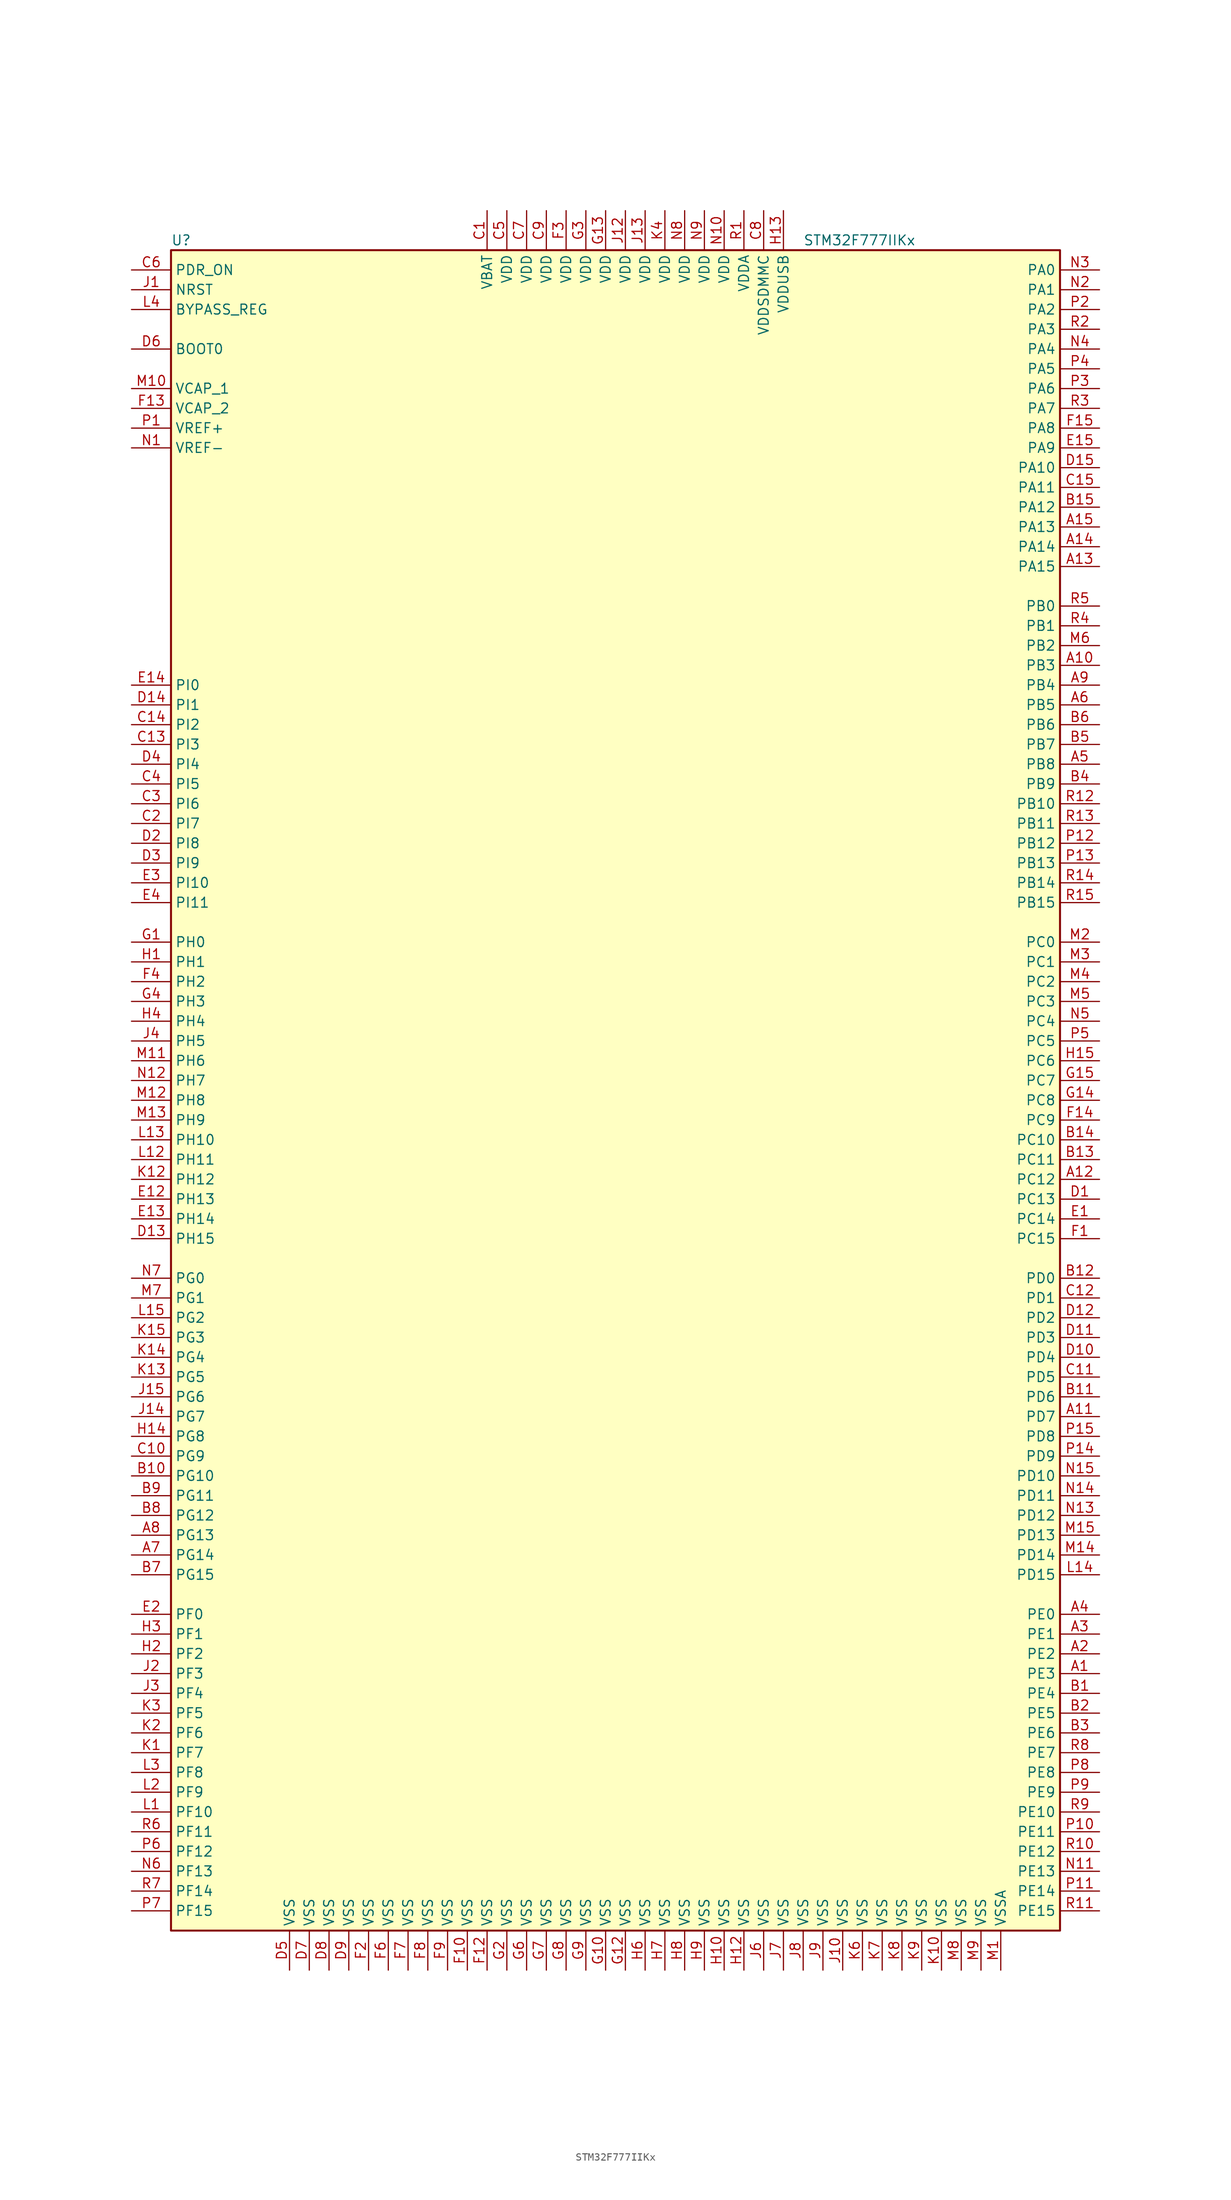
<source format=kicad_sym>
(kicad_symbol_lib
  (version 20201005)
  (generator kicad_symbol_editor)
  (symbol "STM32F777IIKx"
    (property "Reference" "U"
      (at -58.42 107.95 0)
      (effects (font (size 1.27 1.27)) (justify left)))
    (property "Value" "STM32F777IIKx"
      (at 22.86 107.95 0)
      (effects (font (size 1.27 1.27)) (justify left)))
    (symbol "STM32F777IIKx_0_1"
      (rectangle (start -58.42 -109.22) (end 55.88 106.68) (stroke (width 0.254)) (fill (type background))))
    (symbol "STM32F777IIKx_1_1"
      (pin input line (at -63.5 93.98 0) (length 5.08) (name "BOOT0" (effects (font (size 1.27 1.27)))) (number "D6" (effects (font (size 1.27 1.27)))))
      (pin input line (at -63.5 99.06 0) (length 5.08) (name "BYPASS_REG" (effects (font (size 1.27 1.27)))) (number "L4" (effects (font (size 1.27 1.27)))))
      (pin input line (at -63.5 101.6 0) (length 5.08) (name "NRST" (effects (font (size 1.27 1.27)))) (number "J1" (effects (font (size 1.27 1.27)))))
      (pin bidirectional line (at 60.96 104.14 180) (length 5.08) (name "PA0" (effects (font (size 1.27 1.27)))) (number "N3" (effects (font (size 1.27 1.27)))))
      (pin bidirectional line (at 60.96 101.6 180) (length 5.08) (name "PA1" (effects (font (size 1.27 1.27)))) (number "N2" (effects (font (size 1.27 1.27)))))
      (pin bidirectional line (at 60.96 78.74 180) (length 5.08) (name "PA10" (effects (font (size 1.27 1.27)))) (number "D15" (effects (font (size 1.27 1.27)))))
      (pin bidirectional line (at 60.96 76.2 180) (length 5.08) (name "PA11" (effects (font (size 1.27 1.27)))) (number "C15" (effects (font (size 1.27 1.27)))))
      (pin bidirectional line (at 60.96 73.66 180) (length 5.08) (name "PA12" (effects (font (size 1.27 1.27)))) (number "B15" (effects (font (size 1.27 1.27)))))
      (pin bidirectional line (at 60.96 71.12 180) (length 5.08) (name "PA13" (effects (font (size 1.27 1.27)))) (number "A15" (effects (font (size 1.27 1.27)))))
      (pin bidirectional line (at 60.96 68.58 180) (length 5.08) (name "PA14" (effects (font (size 1.27 1.27)))) (number "A14" (effects (font (size 1.27 1.27)))))
      (pin bidirectional line (at 60.96 66.04 180) (length 5.08) (name "PA15" (effects (font (size 1.27 1.27)))) (number "A13" (effects (font (size 1.27 1.27)))))
      (pin bidirectional line (at 60.96 99.06 180) (length 5.08) (name "PA2" (effects (font (size 1.27 1.27)))) (number "P2" (effects (font (size 1.27 1.27)))))
      (pin bidirectional line (at 60.96 96.52 180) (length 5.08) (name "PA3" (effects (font (size 1.27 1.27)))) (number "R2" (effects (font (size 1.27 1.27)))))
      (pin bidirectional line (at 60.96 93.98 180) (length 5.08) (name "PA4" (effects (font (size 1.27 1.27)))) (number "N4" (effects (font (size 1.27 1.27)))))
      (pin bidirectional line (at 60.96 91.44 180) (length 5.08) (name "PA5" (effects (font (size 1.27 1.27)))) (number "P4" (effects (font (size 1.27 1.27)))))
      (pin bidirectional line (at 60.96 88.9 180) (length 5.08) (name "PA6" (effects (font (size 1.27 1.27)))) (number "P3" (effects (font (size 1.27 1.27)))))
      (pin bidirectional line (at 60.96 86.36 180) (length 5.08) (name "PA7" (effects (font (size 1.27 1.27)))) (number "R3" (effects (font (size 1.27 1.27)))))
      (pin bidirectional line (at 60.96 83.82 180) (length 5.08) (name "PA8" (effects (font (size 1.27 1.27)))) (number "F15" (effects (font (size 1.27 1.27)))))
      (pin bidirectional line (at 60.96 81.28 180) (length 5.08) (name "PA9" (effects (font (size 1.27 1.27)))) (number "E15" (effects (font (size 1.27 1.27)))))
      (pin bidirectional line (at 60.96 60.96 180) (length 5.08) (name "PB0" (effects (font (size 1.27 1.27)))) (number "R5" (effects (font (size 1.27 1.27)))))
      (pin bidirectional line (at 60.96 58.42 180) (length 5.08) (name "PB1" (effects (font (size 1.27 1.27)))) (number "R4" (effects (font (size 1.27 1.27)))))
      (pin bidirectional line (at 60.96 35.56 180) (length 5.08) (name "PB10" (effects (font (size 1.27 1.27)))) (number "R12" (effects (font (size 1.27 1.27)))))
      (pin bidirectional line (at 60.96 33.02 180) (length 5.08) (name "PB11" (effects (font (size 1.27 1.27)))) (number "R13" (effects (font (size 1.27 1.27)))))
      (pin bidirectional line (at 60.96 30.48 180) (length 5.08) (name "PB12" (effects (font (size 1.27 1.27)))) (number "P12" (effects (font (size 1.27 1.27)))))
      (pin bidirectional line (at 60.96 27.94 180) (length 5.08) (name "PB13" (effects (font (size 1.27 1.27)))) (number "P13" (effects (font (size 1.27 1.27)))))
      (pin bidirectional line (at 60.96 25.4 180) (length 5.08) (name "PB14" (effects (font (size 1.27 1.27)))) (number "R14" (effects (font (size 1.27 1.27)))))
      (pin bidirectional line (at 60.96 22.86 180) (length 5.08) (name "PB15" (effects (font (size 1.27 1.27)))) (number "R15" (effects (font (size 1.27 1.27)))))
      (pin bidirectional line (at 60.96 55.88 180) (length 5.08) (name "PB2" (effects (font (size 1.27 1.27)))) (number "M6" (effects (font (size 1.27 1.27)))))
      (pin bidirectional line (at 60.96 53.34 180) (length 5.08) (name "PB3" (effects (font (size 1.27 1.27)))) (number "A10" (effects (font (size 1.27 1.27)))))
      (pin bidirectional line (at 60.96 50.8 180) (length 5.08) (name "PB4" (effects (font (size 1.27 1.27)))) (number "A9" (effects (font (size 1.27 1.27)))))
      (pin bidirectional line (at 60.96 48.26 180) (length 5.08) (name "PB5" (effects (font (size 1.27 1.27)))) (number "A6" (effects (font (size 1.27 1.27)))))
      (pin bidirectional line (at 60.96 45.72 180) (length 5.08) (name "PB6" (effects (font (size 1.27 1.27)))) (number "B6" (effects (font (size 1.27 1.27)))))
      (pin bidirectional line (at 60.96 43.18 180) (length 5.08) (name "PB7" (effects (font (size 1.27 1.27)))) (number "B5" (effects (font (size 1.27 1.27)))))
      (pin bidirectional line (at 60.96 40.64 180) (length 5.08) (name "PB8" (effects (font (size 1.27 1.27)))) (number "A5" (effects (font (size 1.27 1.27)))))
      (pin bidirectional line (at 60.96 38.1 180) (length 5.08) (name "PB9" (effects (font (size 1.27 1.27)))) (number "B4" (effects (font (size 1.27 1.27)))))
      (pin bidirectional line (at 60.96 17.78 180) (length 5.08) (name "PC0" (effects (font (size 1.27 1.27)))) (number "M2" (effects (font (size 1.27 1.27)))))
      (pin bidirectional line (at 60.96 15.24 180) (length 5.08) (name "PC1" (effects (font (size 1.27 1.27)))) (number "M3" (effects (font (size 1.27 1.27)))))
      (pin bidirectional line (at 60.96 -7.62 180) (length 5.08) (name "PC10" (effects (font (size 1.27 1.27)))) (number "B14" (effects (font (size 1.27 1.27)))))
      (pin bidirectional line (at 60.96 -10.16 180) (length 5.08) (name "PC11" (effects (font (size 1.27 1.27)))) (number "B13" (effects (font (size 1.27 1.27)))))
      (pin bidirectional line (at 60.96 -12.7 180) (length 5.08) (name "PC12" (effects (font (size 1.27 1.27)))) (number "A12" (effects (font (size 1.27 1.27)))))
      (pin bidirectional line (at 60.96 -15.24 180) (length 5.08) (name "PC13" (effects (font (size 1.27 1.27)))) (number "D1" (effects (font (size 1.27 1.27)))))
      (pin bidirectional line (at 60.96 -17.78 180) (length 5.08) (name "PC14" (effects (font (size 1.27 1.27)))) (number "E1" (effects (font (size 1.27 1.27)))))
      (pin bidirectional line (at 60.96 -20.32 180) (length 5.08) (name "PC15" (effects (font (size 1.27 1.27)))) (number "F1" (effects (font (size 1.27 1.27)))))
      (pin bidirectional line (at 60.96 12.7 180) (length 5.08) (name "PC2" (effects (font (size 1.27 1.27)))) (number "M4" (effects (font (size 1.27 1.27)))))
      (pin bidirectional line (at 60.96 10.16 180) (length 5.08) (name "PC3" (effects (font (size 1.27 1.27)))) (number "M5" (effects (font (size 1.27 1.27)))))
      (pin bidirectional line (at 60.96 7.62 180) (length 5.08) (name "PC4" (effects (font (size 1.27 1.27)))) (number "N5" (effects (font (size 1.27 1.27)))))
      (pin bidirectional line (at 60.96 5.08 180) (length 5.08) (name "PC5" (effects (font (size 1.27 1.27)))) (number "P5" (effects (font (size 1.27 1.27)))))
      (pin bidirectional line (at 60.96 2.54 180) (length 5.08) (name "PC6" (effects (font (size 1.27 1.27)))) (number "H15" (effects (font (size 1.27 1.27)))))
      (pin bidirectional line (at 60.96 0 180) (length 5.08) (name "PC7" (effects (font (size 1.27 1.27)))) (number "G15" (effects (font (size 1.27 1.27)))))
      (pin bidirectional line (at 60.96 -2.54 180) (length 5.08) (name "PC8" (effects (font (size 1.27 1.27)))) (number "G14" (effects (font (size 1.27 1.27)))))
      (pin bidirectional line (at 60.96 -5.08 180) (length 5.08) (name "PC9" (effects (font (size 1.27 1.27)))) (number "F14" (effects (font (size 1.27 1.27)))))
      (pin bidirectional line (at 60.96 -25.4 180) (length 5.08) (name "PD0" (effects (font (size 1.27 1.27)))) (number "B12" (effects (font (size 1.27 1.27)))))
      (pin bidirectional line (at 60.96 -27.94 180) (length 5.08) (name "PD1" (effects (font (size 1.27 1.27)))) (number "C12" (effects (font (size 1.27 1.27)))))
      (pin bidirectional line (at 60.96 -50.8 180) (length 5.08) (name "PD10" (effects (font (size 1.27 1.27)))) (number "N15" (effects (font (size 1.27 1.27)))))
      (pin bidirectional line (at 60.96 -53.34 180) (length 5.08) (name "PD11" (effects (font (size 1.27 1.27)))) (number "N14" (effects (font (size 1.27 1.27)))))
      (pin bidirectional line (at 60.96 -55.88 180) (length 5.08) (name "PD12" (effects (font (size 1.27 1.27)))) (number "N13" (effects (font (size 1.27 1.27)))))
      (pin bidirectional line (at 60.96 -58.42 180) (length 5.08) (name "PD13" (effects (font (size 1.27 1.27)))) (number "M15" (effects (font (size 1.27 1.27)))))
      (pin bidirectional line (at 60.96 -60.96 180) (length 5.08) (name "PD14" (effects (font (size 1.27 1.27)))) (number "M14" (effects (font (size 1.27 1.27)))))
      (pin bidirectional line (at 60.96 -63.5 180) (length 5.08) (name "PD15" (effects (font (size 1.27 1.27)))) (number "L14" (effects (font (size 1.27 1.27)))))
      (pin bidirectional line (at 60.96 -30.48 180) (length 5.08) (name "PD2" (effects (font (size 1.27 1.27)))) (number "D12" (effects (font (size 1.27 1.27)))))
      (pin bidirectional line (at 60.96 -33.02 180) (length 5.08) (name "PD3" (effects (font (size 1.27 1.27)))) (number "D11" (effects (font (size 1.27 1.27)))))
      (pin bidirectional line (at 60.96 -35.56 180) (length 5.08) (name "PD4" (effects (font (size 1.27 1.27)))) (number "D10" (effects (font (size 1.27 1.27)))))
      (pin bidirectional line (at 60.96 -38.1 180) (length 5.08) (name "PD5" (effects (font (size 1.27 1.27)))) (number "C11" (effects (font (size 1.27 1.27)))))
      (pin bidirectional line (at 60.96 -40.64 180) (length 5.08) (name "PD6" (effects (font (size 1.27 1.27)))) (number "B11" (effects (font (size 1.27 1.27)))))
      (pin bidirectional line (at 60.96 -43.18 180) (length 5.08) (name "PD7" (effects (font (size 1.27 1.27)))) (number "A11" (effects (font (size 1.27 1.27)))))
      (pin bidirectional line (at 60.96 -45.72 180) (length 5.08) (name "PD8" (effects (font (size 1.27 1.27)))) (number "P15" (effects (font (size 1.27 1.27)))))
      (pin bidirectional line (at 60.96 -48.26 180) (length 5.08) (name "PD9" (effects (font (size 1.27 1.27)))) (number "P14" (effects (font (size 1.27 1.27)))))
      (pin input line (at -63.5 104.14 0) (length 5.08) (name "PDR_ON" (effects (font (size 1.27 1.27)))) (number "C6" (effects (font (size 1.27 1.27)))))
      (pin bidirectional line (at 60.96 -68.58 180) (length 5.08) (name "PE0" (effects (font (size 1.27 1.27)))) (number "A4" (effects (font (size 1.27 1.27)))))
      (pin bidirectional line (at 60.96 -71.12 180) (length 5.08) (name "PE1" (effects (font (size 1.27 1.27)))) (number "A3" (effects (font (size 1.27 1.27)))))
      (pin bidirectional line (at 60.96 -93.98 180) (length 5.08) (name "PE10" (effects (font (size 1.27 1.27)))) (number "R9" (effects (font (size 1.27 1.27)))))
      (pin bidirectional line (at 60.96 -96.52 180) (length 5.08) (name "PE11" (effects (font (size 1.27 1.27)))) (number "P10" (effects (font (size 1.27 1.27)))))
      (pin bidirectional line (at 60.96 -99.06 180) (length 5.08) (name "PE12" (effects (font (size 1.27 1.27)))) (number "R10" (effects (font (size 1.27 1.27)))))
      (pin bidirectional line (at 60.96 -101.6 180) (length 5.08) (name "PE13" (effects (font (size 1.27 1.27)))) (number "N11" (effects (font (size 1.27 1.27)))))
      (pin bidirectional line (at 60.96 -104.14 180) (length 5.08) (name "PE14" (effects (font (size 1.27 1.27)))) (number "P11" (effects (font (size 1.27 1.27)))))
      (pin bidirectional line (at 60.96 -106.68 180) (length 5.08) (name "PE15" (effects (font (size 1.27 1.27)))) (number "R11" (effects (font (size 1.27 1.27)))))
      (pin bidirectional line (at 60.96 -73.66 180) (length 5.08) (name "PE2" (effects (font (size 1.27 1.27)))) (number "A2" (effects (font (size 1.27 1.27)))))
      (pin bidirectional line (at 60.96 -76.2 180) (length 5.08) (name "PE3" (effects (font (size 1.27 1.27)))) (number "A1" (effects (font (size 1.27 1.27)))))
      (pin bidirectional line (at 60.96 -78.74 180) (length 5.08) (name "PE4" (effects (font (size 1.27 1.27)))) (number "B1" (effects (font (size 1.27 1.27)))))
      (pin bidirectional line (at 60.96 -81.28 180) (length 5.08) (name "PE5" (effects (font (size 1.27 1.27)))) (number "B2" (effects (font (size 1.27 1.27)))))
      (pin bidirectional line (at 60.96 -83.82 180) (length 5.08) (name "PE6" (effects (font (size 1.27 1.27)))) (number "B3" (effects (font (size 1.27 1.27)))))
      (pin bidirectional line (at 60.96 -86.36 180) (length 5.08) (name "PE7" (effects (font (size 1.27 1.27)))) (number "R8" (effects (font (size 1.27 1.27)))))
      (pin bidirectional line (at 60.96 -88.9 180) (length 5.08) (name "PE8" (effects (font (size 1.27 1.27)))) (number "P8" (effects (font (size 1.27 1.27)))))
      (pin bidirectional line (at 60.96 -91.44 180) (length 5.08) (name "PE9" (effects (font (size 1.27 1.27)))) (number "P9" (effects (font (size 1.27 1.27)))))
      (pin bidirectional line (at -63.5 -68.58 0) (length 5.08) (name "PF0" (effects (font (size 1.27 1.27)))) (number "E2" (effects (font (size 1.27 1.27)))))
      (pin bidirectional line (at -63.5 -71.12 0) (length 5.08) (name "PF1" (effects (font (size 1.27 1.27)))) (number "H3" (effects (font (size 1.27 1.27)))))
      (pin bidirectional line (at -63.5 -93.98 0) (length 5.08) (name "PF10" (effects (font (size 1.27 1.27)))) (number "L1" (effects (font (size 1.27 1.27)))))
      (pin bidirectional line (at -63.5 -96.52 0) (length 5.08) (name "PF11" (effects (font (size 1.27 1.27)))) (number "R6" (effects (font (size 1.27 1.27)))))
      (pin bidirectional line (at -63.5 -99.06 0) (length 5.08) (name "PF12" (effects (font (size 1.27 1.27)))) (number "P6" (effects (font (size 1.27 1.27)))))
      (pin bidirectional line (at -63.5 -101.6 0) (length 5.08) (name "PF13" (effects (font (size 1.27 1.27)))) (number "N6" (effects (font (size 1.27 1.27)))))
      (pin bidirectional line (at -63.5 -104.14 0) (length 5.08) (name "PF14" (effects (font (size 1.27 1.27)))) (number "R7" (effects (font (size 1.27 1.27)))))
      (pin bidirectional line (at -63.5 -106.68 0) (length 5.08) (name "PF15" (effects (font (size 1.27 1.27)))) (number "P7" (effects (font (size 1.27 1.27)))))
      (pin bidirectional line (at -63.5 -73.66 0) (length 5.08) (name "PF2" (effects (font (size 1.27 1.27)))) (number "H2" (effects (font (size 1.27 1.27)))))
      (pin bidirectional line (at -63.5 -76.2 0) (length 5.08) (name "PF3" (effects (font (size 1.27 1.27)))) (number "J2" (effects (font (size 1.27 1.27)))))
      (pin bidirectional line (at -63.5 -78.74 0) (length 5.08) (name "PF4" (effects (font (size 1.27 1.27)))) (number "J3" (effects (font (size 1.27 1.27)))))
      (pin bidirectional line (at -63.5 -81.28 0) (length 5.08) (name "PF5" (effects (font (size 1.27 1.27)))) (number "K3" (effects (font (size 1.27 1.27)))))
      (pin bidirectional line (at -63.5 -83.82 0) (length 5.08) (name "PF6" (effects (font (size 1.27 1.27)))) (number "K2" (effects (font (size 1.27 1.27)))))
      (pin bidirectional line (at -63.5 -86.36 0) (length 5.08) (name "PF7" (effects (font (size 1.27 1.27)))) (number "K1" (effects (font (size 1.27 1.27)))))
      (pin bidirectional line (at -63.5 -88.9 0) (length 5.08) (name "PF8" (effects (font (size 1.27 1.27)))) (number "L3" (effects (font (size 1.27 1.27)))))
      (pin bidirectional line (at -63.5 -91.44 0) (length 5.08) (name "PF9" (effects (font (size 1.27 1.27)))) (number "L2" (effects (font (size 1.27 1.27)))))
      (pin bidirectional line (at -63.5 -25.4 0) (length 5.08) (name "PG0" (effects (font (size 1.27 1.27)))) (number "N7" (effects (font (size 1.27 1.27)))))
      (pin bidirectional line (at -63.5 -27.94 0) (length 5.08) (name "PG1" (effects (font (size 1.27 1.27)))) (number "M7" (effects (font (size 1.27 1.27)))))
      (pin bidirectional line (at -63.5 -50.8 0) (length 5.08) (name "PG10" (effects (font (size 1.27 1.27)))) (number "B10" (effects (font (size 1.27 1.27)))))
      (pin bidirectional line (at -63.5 -53.34 0) (length 5.08) (name "PG11" (effects (font (size 1.27 1.27)))) (number "B9" (effects (font (size 1.27 1.27)))))
      (pin bidirectional line (at -63.5 -55.88 0) (length 5.08) (name "PG12" (effects (font (size 1.27 1.27)))) (number "B8" (effects (font (size 1.27 1.27)))))
      (pin bidirectional line (at -63.5 -58.42 0) (length 5.08) (name "PG13" (effects (font (size 1.27 1.27)))) (number "A8" (effects (font (size 1.27 1.27)))))
      (pin bidirectional line (at -63.5 -60.96 0) (length 5.08) (name "PG14" (effects (font (size 1.27 1.27)))) (number "A7" (effects (font (size 1.27 1.27)))))
      (pin bidirectional line (at -63.5 -63.5 0) (length 5.08) (name "PG15" (effects (font (size 1.27 1.27)))) (number "B7" (effects (font (size 1.27 1.27)))))
      (pin bidirectional line (at -63.5 -30.48 0) (length 5.08) (name "PG2" (effects (font (size 1.27 1.27)))) (number "L15" (effects (font (size 1.27 1.27)))))
      (pin bidirectional line (at -63.5 -33.02 0) (length 5.08) (name "PG3" (effects (font (size 1.27 1.27)))) (number "K15" (effects (font (size 1.27 1.27)))))
      (pin bidirectional line (at -63.5 -35.56 0) (length 5.08) (name "PG4" (effects (font (size 1.27 1.27)))) (number "K14" (effects (font (size 1.27 1.27)))))
      (pin bidirectional line (at -63.5 -38.1 0) (length 5.08) (name "PG5" (effects (font (size 1.27 1.27)))) (number "K13" (effects (font (size 1.27 1.27)))))
      (pin bidirectional line (at -63.5 -40.64 0) (length 5.08) (name "PG6" (effects (font (size 1.27 1.27)))) (number "J15" (effects (font (size 1.27 1.27)))))
      (pin bidirectional line (at -63.5 -43.18 0) (length 5.08) (name "PG7" (effects (font (size 1.27 1.27)))) (number "J14" (effects (font (size 1.27 1.27)))))
      (pin bidirectional line (at -63.5 -45.72 0) (length 5.08) (name "PG8" (effects (font (size 1.27 1.27)))) (number "H14" (effects (font (size 1.27 1.27)))))
      (pin bidirectional line (at -63.5 -48.26 0) (length 5.08) (name "PG9" (effects (font (size 1.27 1.27)))) (number "C10" (effects (font (size 1.27 1.27)))))
      (pin input line (at -63.5 17.78 0) (length 5.08) (name "PH0" (effects (font (size 1.27 1.27)))) (number "G1" (effects (font (size 1.27 1.27)))))
      (pin input line (at -63.5 15.24 0) (length 5.08) (name "PH1" (effects (font (size 1.27 1.27)))) (number "H1" (effects (font (size 1.27 1.27)))))
      (pin bidirectional line (at -63.5 -7.62 0) (length 5.08) (name "PH10" (effects (font (size 1.27 1.27)))) (number "L13" (effects (font (size 1.27 1.27)))))
      (pin bidirectional line (at -63.5 -10.16 0) (length 5.08) (name "PH11" (effects (font (size 1.27 1.27)))) (number "L12" (effects (font (size 1.27 1.27)))))
      (pin bidirectional line (at -63.5 -12.7 0) (length 5.08) (name "PH12" (effects (font (size 1.27 1.27)))) (number "K12" (effects (font (size 1.27 1.27)))))
      (pin bidirectional line (at -63.5 -15.24 0) (length 5.08) (name "PH13" (effects (font (size 1.27 1.27)))) (number "E12" (effects (font (size 1.27 1.27)))))
      (pin bidirectional line (at -63.5 -17.78 0) (length 5.08) (name "PH14" (effects (font (size 1.27 1.27)))) (number "E13" (effects (font (size 1.27 1.27)))))
      (pin bidirectional line (at -63.5 -20.32 0) (length 5.08) (name "PH15" (effects (font (size 1.27 1.27)))) (number "D13" (effects (font (size 1.27 1.27)))))
      (pin bidirectional line (at -63.5 12.7 0) (length 5.08) (name "PH2" (effects (font (size 1.27 1.27)))) (number "F4" (effects (font (size 1.27 1.27)))))
      (pin bidirectional line (at -63.5 10.16 0) (length 5.08) (name "PH3" (effects (font (size 1.27 1.27)))) (number "G4" (effects (font (size 1.27 1.27)))))
      (pin bidirectional line (at -63.5 7.62 0) (length 5.08) (name "PH4" (effects (font (size 1.27 1.27)))) (number "H4" (effects (font (size 1.27 1.27)))))
      (pin bidirectional line (at -63.5 5.08 0) (length 5.08) (name "PH5" (effects (font (size 1.27 1.27)))) (number "J4" (effects (font (size 1.27 1.27)))))
      (pin bidirectional line (at -63.5 2.54 0) (length 5.08) (name "PH6" (effects (font (size 1.27 1.27)))) (number "M11" (effects (font (size 1.27 1.27)))))
      (pin bidirectional line (at -63.5 0 0) (length 5.08) (name "PH7" (effects (font (size 1.27 1.27)))) (number "N12" (effects (font (size 1.27 1.27)))))
      (pin bidirectional line (at -63.5 -2.54 0) (length 5.08) (name "PH8" (effects (font (size 1.27 1.27)))) (number "M12" (effects (font (size 1.27 1.27)))))
      (pin bidirectional line (at -63.5 -5.08 0) (length 5.08) (name "PH9" (effects (font (size 1.27 1.27)))) (number "M13" (effects (font (size 1.27 1.27)))))
      (pin bidirectional line (at -63.5 50.8 0) (length 5.08) (name "PI0" (effects (font (size 1.27 1.27)))) (number "E14" (effects (font (size 1.27 1.27)))))
      (pin bidirectional line (at -63.5 48.26 0) (length 5.08) (name "PI1" (effects (font (size 1.27 1.27)))) (number "D14" (effects (font (size 1.27 1.27)))))
      (pin bidirectional line (at -63.5 25.4 0) (length 5.08) (name "PI10" (effects (font (size 1.27 1.27)))) (number "E3" (effects (font (size 1.27 1.27)))))
      (pin bidirectional line (at -63.5 22.86 0) (length 5.08) (name "PI11" (effects (font (size 1.27 1.27)))) (number "E4" (effects (font (size 1.27 1.27)))))
      (pin bidirectional line (at -63.5 45.72 0) (length 5.08) (name "PI2" (effects (font (size 1.27 1.27)))) (number "C14" (effects (font (size 1.27 1.27)))))
      (pin bidirectional line (at -63.5 43.18 0) (length 5.08) (name "PI3" (effects (font (size 1.27 1.27)))) (number "C13" (effects (font (size 1.27 1.27)))))
      (pin bidirectional line (at -63.5 40.64 0) (length 5.08) (name "PI4" (effects (font (size 1.27 1.27)))) (number "D4" (effects (font (size 1.27 1.27)))))
      (pin bidirectional line (at -63.5 38.1 0) (length 5.08) (name "PI5" (effects (font (size 1.27 1.27)))) (number "C4" (effects (font (size 1.27 1.27)))))
      (pin bidirectional line (at -63.5 35.56 0) (length 5.08) (name "PI6" (effects (font (size 1.27 1.27)))) (number "C3" (effects (font (size 1.27 1.27)))))
      (pin bidirectional line (at -63.5 33.02 0) (length 5.08) (name "PI7" (effects (font (size 1.27 1.27)))) (number "C2" (effects (font (size 1.27 1.27)))))
      (pin bidirectional line (at -63.5 30.48 0) (length 5.08) (name "PI8" (effects (font (size 1.27 1.27)))) (number "D2" (effects (font (size 1.27 1.27)))))
      (pin bidirectional line (at -63.5 27.94 0) (length 5.08) (name "PI9" (effects (font (size 1.27 1.27)))) (number "D3" (effects (font (size 1.27 1.27)))))
      (pin power_in line (at -17.78 111.76 270) (length 5.08) (name "VBAT" (effects (font (size 1.27 1.27)))) (number "C1" (effects (font (size 1.27 1.27)))))
      (pin power_in line (at -63.5 88.9 0) (length 5.08) (name "VCAP_1" (effects (font (size 1.27 1.27)))) (number "M10" (effects (font (size 1.27 1.27)))))
      (pin power_in line (at -63.5 86.36 0) (length 5.08) (name "VCAP_2" (effects (font (size 1.27 1.27)))) (number "F13" (effects (font (size 1.27 1.27)))))
      (pin power_in line (at -15.24 111.76 270) (length 5.08) (name "VDD" (effects (font (size 1.27 1.27)))) (number "C5" (effects (font (size 1.27 1.27)))))
      (pin power_in line (at -12.7 111.76 270) (length 5.08) (name "VDD" (effects (font (size 1.27 1.27)))) (number "C7" (effects (font (size 1.27 1.27)))))
      (pin power_in line (at -10.16 111.76 270) (length 5.08) (name "VDD" (effects (font (size 1.27 1.27)))) (number "C9" (effects (font (size 1.27 1.27)))))
      (pin power_in line (at -7.62 111.76 270) (length 5.08) (name "VDD" (effects (font (size 1.27 1.27)))) (number "F3" (effects (font (size 1.27 1.27)))))
      (pin power_in line (at -2.54 111.76 270) (length 5.08) (name "VDD" (effects (font (size 1.27 1.27)))) (number "G13" (effects (font (size 1.27 1.27)))))
      (pin power_in line (at -5.08 111.76 270) (length 5.08) (name "VDD" (effects (font (size 1.27 1.27)))) (number "G3" (effects (font (size 1.27 1.27)))))
      (pin power_in line (at 0 111.76 270) (length 5.08) (name "VDD" (effects (font (size 1.27 1.27)))) (number "J12" (effects (font (size 1.27 1.27)))))
      (pin power_in line (at 2.54 111.76 270) (length 5.08) (name "VDD" (effects (font (size 1.27 1.27)))) (number "J13" (effects (font (size 1.27 1.27)))))
      (pin power_in line (at 5.08 111.76 270) (length 5.08) (name "VDD" (effects (font (size 1.27 1.27)))) (number "K4" (effects (font (size 1.27 1.27)))))
      (pin power_in line (at 12.7 111.76 270) (length 5.08) (name "VDD" (effects (font (size 1.27 1.27)))) (number "N10" (effects (font (size 1.27 1.27)))))
      (pin power_in line (at 7.62 111.76 270) (length 5.08) (name "VDD" (effects (font (size 1.27 1.27)))) (number "N8" (effects (font (size 1.27 1.27)))))
      (pin power_in line (at 10.16 111.76 270) (length 5.08) (name "VDD" (effects (font (size 1.27 1.27)))) (number "N9" (effects (font (size 1.27 1.27)))))
      (pin power_in line (at 15.24 111.76 270) (length 5.08) (name "VDDA" (effects (font (size 1.27 1.27)))) (number "R1" (effects (font (size 1.27 1.27)))))
      (pin power_in line (at 17.78 111.76 270) (length 5.08) (name "VDDSDMMC" (effects (font (size 1.27 1.27)))) (number "C8" (effects (font (size 1.27 1.27)))))
      (pin power_in line (at 20.32 111.76 270) (length 5.08) (name "VDDUSB" (effects (font (size 1.27 1.27)))) (number "H13" (effects (font (size 1.27 1.27)))))
      (pin power_in line (at -63.5 83.82 0) (length 5.08) (name "VREF+" (effects (font (size 1.27 1.27)))) (number "P1" (effects (font (size 1.27 1.27)))))
      (pin power_in line (at -63.5 81.28 0) (length 5.08) (name "VREF-" (effects (font (size 1.27 1.27)))) (number "N1" (effects (font (size 1.27 1.27)))))
      (pin power_in line (at -43.18 -114.3 90) (length 5.08) (name "VSS" (effects (font (size 1.27 1.27)))) (number "D5" (effects (font (size 1.27 1.27)))))
      (pin power_in line (at -40.64 -114.3 90) (length 5.08) (name "VSS" (effects (font (size 1.27 1.27)))) (number "D7" (effects (font (size 1.27 1.27)))))
      (pin power_in line (at -38.1 -114.3 90) (length 5.08) (name "VSS" (effects (font (size 1.27 1.27)))) (number "D8" (effects (font (size 1.27 1.27)))))
      (pin power_in line (at -35.56 -114.3 90) (length 5.08) (name "VSS" (effects (font (size 1.27 1.27)))) (number "D9" (effects (font (size 1.27 1.27)))))
      (pin power_in line (at -20.32 -114.3 90) (length 5.08) (name "VSS" (effects (font (size 1.27 1.27)))) (number "F10" (effects (font (size 1.27 1.27)))))
      (pin power_in line (at -17.78 -114.3 90) (length 5.08) (name "VSS" (effects (font (size 1.27 1.27)))) (number "F12" (effects (font (size 1.27 1.27)))))
      (pin power_in line (at -33.02 -114.3 90) (length 5.08) (name "VSS" (effects (font (size 1.27 1.27)))) (number "F2" (effects (font (size 1.27 1.27)))))
      (pin power_in line (at -30.48 -114.3 90) (length 5.08) (name "VSS" (effects (font (size 1.27 1.27)))) (number "F6" (effects (font (size 1.27 1.27)))))
      (pin power_in line (at -27.94 -114.3 90) (length 5.08) (name "VSS" (effects (font (size 1.27 1.27)))) (number "F7" (effects (font (size 1.27 1.27)))))
      (pin power_in line (at -25.4 -114.3 90) (length 5.08) (name "VSS" (effects (font (size 1.27 1.27)))) (number "F8" (effects (font (size 1.27 1.27)))))
      (pin power_in line (at -22.86 -114.3 90) (length 5.08) (name "VSS" (effects (font (size 1.27 1.27)))) (number "F9" (effects (font (size 1.27 1.27)))))
      (pin power_in line (at -2.54 -114.3 90) (length 5.08) (name "VSS" (effects (font (size 1.27 1.27)))) (number "G10" (effects (font (size 1.27 1.27)))))
      (pin power_in line (at 0 -114.3 90) (length 5.08) (name "VSS" (effects (font (size 1.27 1.27)))) (number "G12" (effects (font (size 1.27 1.27)))))
      (pin power_in line (at -15.24 -114.3 90) (length 5.08) (name "VSS" (effects (font (size 1.27 1.27)))) (number "G2" (effects (font (size 1.27 1.27)))))
      (pin power_in line (at -12.7 -114.3 90) (length 5.08) (name "VSS" (effects (font (size 1.27 1.27)))) (number "G6" (effects (font (size 1.27 1.27)))))
      (pin power_in line (at -10.16 -114.3 90) (length 5.08) (name "VSS" (effects (font (size 1.27 1.27)))) (number "G7" (effects (font (size 1.27 1.27)))))
      (pin power_in line (at -7.62 -114.3 90) (length 5.08) (name "VSS" (effects (font (size 1.27 1.27)))) (number "G8" (effects (font (size 1.27 1.27)))))
      (pin power_in line (at -5.08 -114.3 90) (length 5.08) (name "VSS" (effects (font (size 1.27 1.27)))) (number "G9" (effects (font (size 1.27 1.27)))))
      (pin power_in line (at 12.7 -114.3 90) (length 5.08) (name "VSS" (effects (font (size 1.27 1.27)))) (number "H10" (effects (font (size 1.27 1.27)))))
      (pin power_in line (at 15.24 -114.3 90) (length 5.08) (name "VSS" (effects (font (size 1.27 1.27)))) (number "H12" (effects (font (size 1.27 1.27)))))
      (pin power_in line (at 2.54 -114.3 90) (length 5.08) (name "VSS" (effects (font (size 1.27 1.27)))) (number "H6" (effects (font (size 1.27 1.27)))))
      (pin power_in line (at 5.08 -114.3 90) (length 5.08) (name "VSS" (effects (font (size 1.27 1.27)))) (number "H7" (effects (font (size 1.27 1.27)))))
      (pin power_in line (at 7.62 -114.3 90) (length 5.08) (name "VSS" (effects (font (size 1.27 1.27)))) (number "H8" (effects (font (size 1.27 1.27)))))
      (pin power_in line (at 10.16 -114.3 90) (length 5.08) (name "VSS" (effects (font (size 1.27 1.27)))) (number "H9" (effects (font (size 1.27 1.27)))))
      (pin power_in line (at 27.94 -114.3 90) (length 5.08) (name "VSS" (effects (font (size 1.27 1.27)))) (number "J10" (effects (font (size 1.27 1.27)))))
      (pin power_in line (at 17.78 -114.3 90) (length 5.08) (name "VSS" (effects (font (size 1.27 1.27)))) (number "J6" (effects (font (size 1.27 1.27)))))
      (pin power_in line (at 20.32 -114.3 90) (length 5.08) (name "VSS" (effects (font (size 1.27 1.27)))) (number "J7" (effects (font (size 1.27 1.27)))))
      (pin power_in line (at 22.86 -114.3 90) (length 5.08) (name "VSS" (effects (font (size 1.27 1.27)))) (number "J8" (effects (font (size 1.27 1.27)))))
      (pin power_in line (at 25.4 -114.3 90) (length 5.08) (name "VSS" (effects (font (size 1.27 1.27)))) (number "J9" (effects (font (size 1.27 1.27)))))
      (pin power_in line (at 40.64 -114.3 90) (length 5.08) (name "VSS" (effects (font (size 1.27 1.27)))) (number "K10" (effects (font (size 1.27 1.27)))))
      (pin power_in line (at 30.48 -114.3 90) (length 5.08) (name "VSS" (effects (font (size 1.27 1.27)))) (number "K6" (effects (font (size 1.27 1.27)))))
      (pin power_in line (at 33.02 -114.3 90) (length 5.08) (name "VSS" (effects (font (size 1.27 1.27)))) (number "K7" (effects (font (size 1.27 1.27)))))
      (pin power_in line (at 35.56 -114.3 90) (length 5.08) (name "VSS" (effects (font (size 1.27 1.27)))) (number "K8" (effects (font (size 1.27 1.27)))))
      (pin power_in line (at 38.1 -114.3 90) (length 5.08) (name "VSS" (effects (font (size 1.27 1.27)))) (number "K9" (effects (font (size 1.27 1.27)))))
      (pin power_in line (at 43.18 -114.3 90) (length 5.08) (name "VSS" (effects (font (size 1.27 1.27)))) (number "M8" (effects (font (size 1.27 1.27)))))
      (pin power_in line (at 45.72 -114.3 90) (length 5.08) (name "VSS" (effects (font (size 1.27 1.27)))) (number "M9" (effects (font (size 1.27 1.27)))))
      (pin power_in line (at 48.26 -114.3 90) (length 5.08) (name "VSSA" (effects (font (size 1.27 1.27)))) (number "M1" (effects (font (size 1.27 1.27))))))))
</source>
